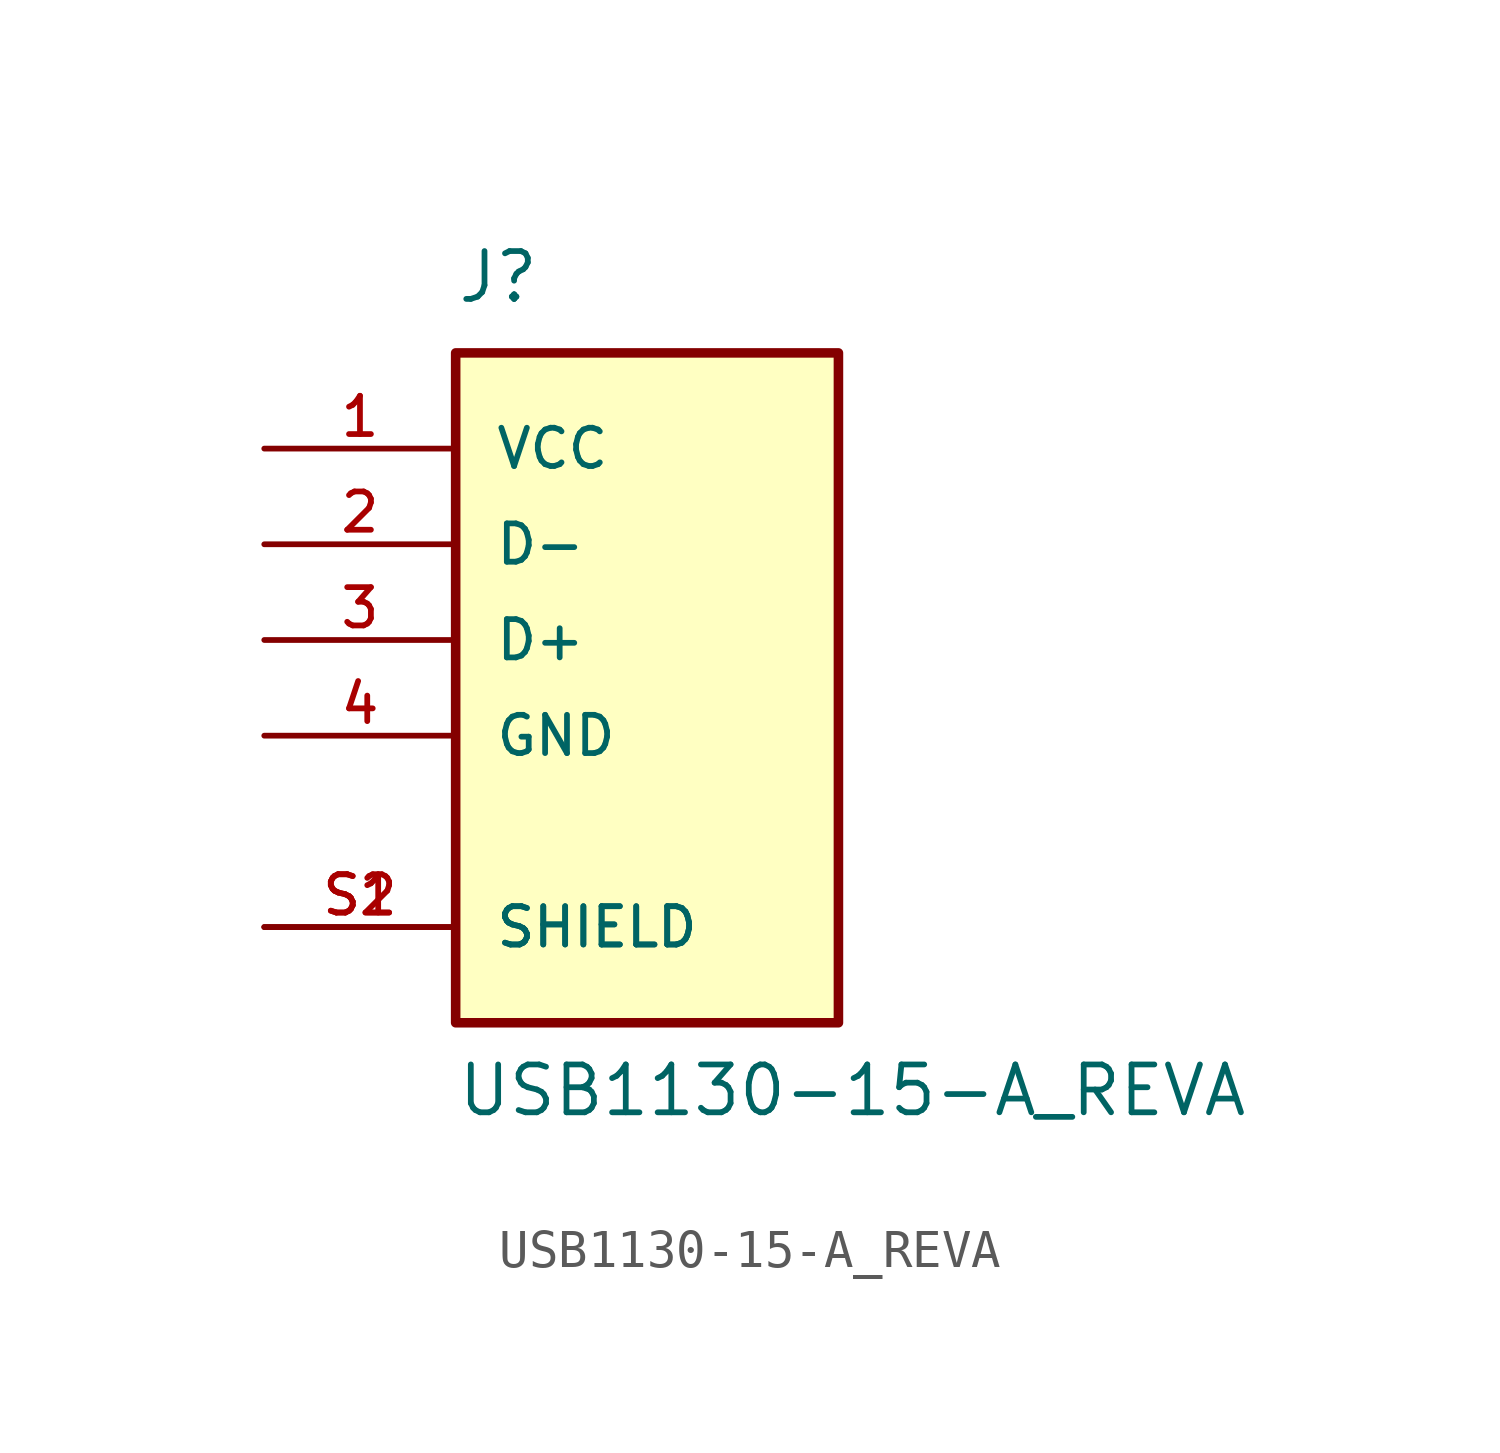
<source format=kicad_sym>
(kicad_symbol_lib
  (version 20211014)
  (generator kicad_symbol_editor)
  (symbol "USB1130-15-A_REVA"
    (pin_names
      (offset 1.016))
    (property "Reference" "J"
      (at -5.08 8.89 0)
      (effects (font (size 1.27 1.27)) (justify bottom left)))
    (property "Value" "USB1130-15-A_REVA"
      (at -5.08 -12.7 0)
      (effects (font (size 1.27 1.27)) (justify bottom left)))
    (symbol "USB1130-15-A_REVA_0_0"
      (rectangle (start -5.08 -10.16) (end 5.08 7.62) (stroke (width 0.254)) (fill (type background)))
      (pin power_in line (at -10.16 5.08 0) (length 5.08) (name "VCC" (effects (font (size 1.016 1.016)))) (number "1" (effects (font (size 1.016 1.016)))))
      (pin bidirectional line (at -10.16 2.54 0) (length 5.08) (name "D-" (effects (font (size 1.016 1.016)))) (number "2" (effects (font (size 1.016 1.016)))))
      (pin bidirectional line (at -10.16 0.0 0) (length 5.08) (name "D+" (effects (font (size 1.016 1.016)))) (number "3" (effects (font (size 1.016 1.016)))))
      (pin power_in line (at -10.16 -2.54 0) (length 5.08) (name "GND" (effects (font (size 1.016 1.016)))) (number "4" (effects (font (size 1.016 1.016)))))
      (pin passive line (at -10.16 -7.62 0) (length 5.08) (name "SHIELD" (effects (font (size 1.016 1.016)))) (number "S1" (effects (font (size 1.016 1.016)))))
      (pin passive line (at -10.16 -7.62 0) (length 5.08) (name "SHIELD" (effects (font (size 1.016 1.016)))) (number "S2" (effects (font (size 1.016 1.016))))))))
</source>
